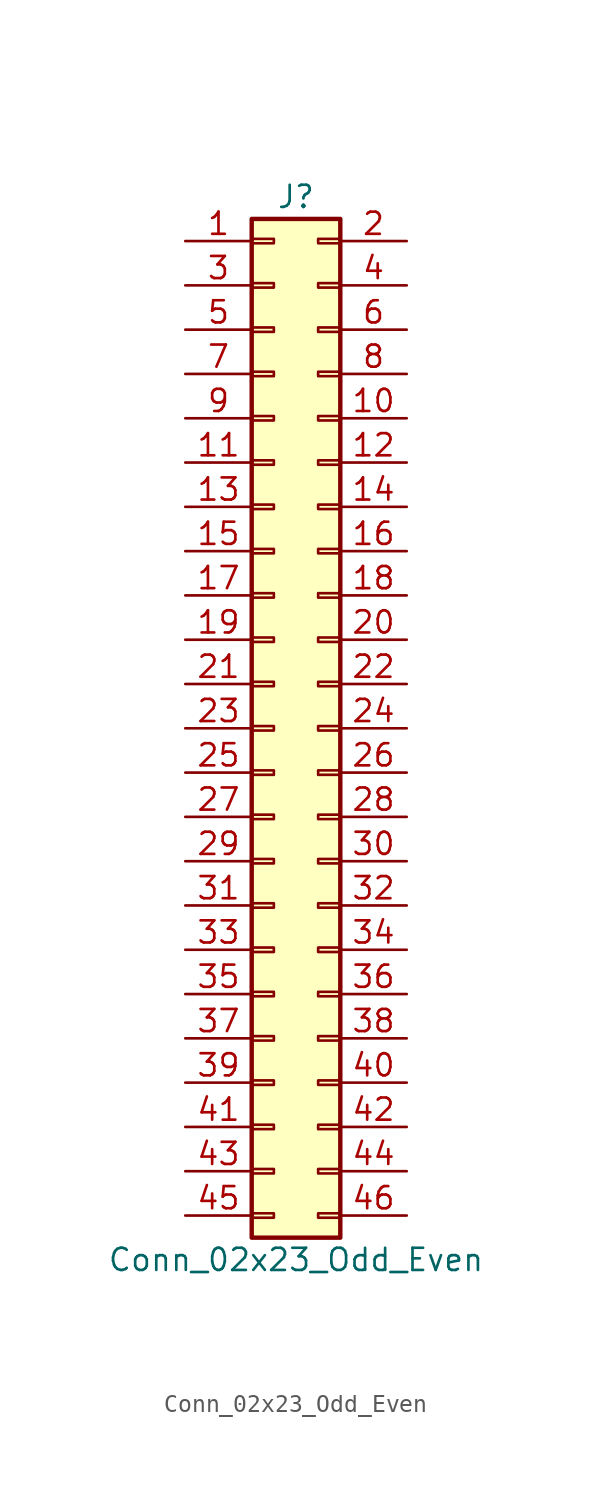
<source format=kicad_sym>
(kicad_symbol_lib
  (version 20220914)
  (generator kicad_symbol_editor)
  (symbol "Conn_02x23_Odd_Even"
    (pin_names
      (offset 1.016) hide)
    (property "Reference" "J"
      (at 1.27 30.48 0)
      (effects (font (size 1.27 1.27))))
    (property "Value" "Conn_02x23_Odd_Even"
      (at 1.27 -30.48 0)
      (effects (font (size 1.27 1.27))))
    (symbol "Conn_02x23_Odd_Even_1_1"
      (rectangle (start -1.27 -27.813) (end 0 -28.067) (stroke (width 0.152) (type solid)) (fill (type none)))
      (rectangle (start -1.27 -25.273) (end 0 -25.527) (stroke (width 0.152) (type solid)) (fill (type none)))
      (rectangle (start -1.27 -22.733) (end 0 -22.987) (stroke (width 0.152) (type solid)) (fill (type none)))
      (rectangle (start -1.27 -20.193) (end 0 -20.447) (stroke (width 0.152) (type solid)) (fill (type none)))
      (rectangle (start -1.27 -17.653) (end 0 -17.907) (stroke (width 0.152) (type solid)) (fill (type none)))
      (rectangle (start -1.27 -15.113) (end 0 -15.367) (stroke (width 0.152) (type solid)) (fill (type none)))
      (rectangle (start -1.27 -12.573) (end 0 -12.827) (stroke (width 0.152) (type solid)) (fill (type none)))
      (rectangle (start -1.27 -10.033) (end 0 -10.287) (stroke (width 0.152) (type solid)) (fill (type none)))
      (rectangle (start -1.27 -7.493) (end 0 -7.747) (stroke (width 0.152) (type solid)) (fill (type none)))
      (rectangle (start -1.27 -4.953) (end 0 -5.207) (stroke (width 0.152) (type solid)) (fill (type none)))
      (rectangle (start -1.27 -2.413) (end 0 -2.667) (stroke (width 0.152) (type solid)) (fill (type none)))
      (rectangle (start -1.27 0.127) (end 0 -0.127) (stroke (width 0.152) (type solid)) (fill (type none)))
      (rectangle (start -1.27 2.667) (end 0 2.413) (stroke (width 0.152) (type solid)) (fill (type none)))
      (rectangle (start -1.27 5.207) (end 0 4.953) (stroke (width 0.152) (type solid)) (fill (type none)))
      (rectangle (start -1.27 7.747) (end 0 7.493) (stroke (width 0.152) (type solid)) (fill (type none)))
      (rectangle (start -1.27 10.287) (end 0 10.033) (stroke (width 0.152) (type solid)) (fill (type none)))
      (rectangle (start -1.27 12.827) (end 0 12.573) (stroke (width 0.152) (type solid)) (fill (type none)))
      (rectangle (start -1.27 15.367) (end 0 15.113) (stroke (width 0.152) (type solid)) (fill (type none)))
      (rectangle (start -1.27 17.907) (end 0 17.653) (stroke (width 0.152) (type solid)) (fill (type none)))
      (rectangle (start -1.27 20.447) (end 0 20.193) (stroke (width 0.152) (type solid)) (fill (type none)))
      (rectangle (start -1.27 22.987) (end 0 22.733) (stroke (width 0.152) (type solid)) (fill (type none)))
      (rectangle (start -1.27 25.527) (end 0 25.273) (stroke (width 0.152) (type solid)) (fill (type none)))
      (rectangle (start -1.27 28.067) (end 0 27.813) (stroke (width 0.152) (type solid)) (fill (type none)))
      (rectangle (start -1.27 29.21) (end 3.81 -29.21) (stroke (width 0.254) (type solid)) (fill (type background)))
      (rectangle (start 3.81 -27.813) (end 2.54 -28.067) (stroke (width 0.152) (type solid)) (fill (type none)))
      (rectangle (start 3.81 -25.273) (end 2.54 -25.527) (stroke (width 0.152) (type solid)) (fill (type none)))
      (rectangle (start 3.81 -22.733) (end 2.54 -22.987) (stroke (width 0.152) (type solid)) (fill (type none)))
      (rectangle (start 3.81 -20.193) (end 2.54 -20.447) (stroke (width 0.152) (type solid)) (fill (type none)))
      (rectangle (start 3.81 -17.653) (end 2.54 -17.907) (stroke (width 0.152) (type solid)) (fill (type none)))
      (rectangle (start 3.81 -15.113) (end 2.54 -15.367) (stroke (width 0.152) (type solid)) (fill (type none)))
      (rectangle (start 3.81 -12.573) (end 2.54 -12.827) (stroke (width 0.152) (type solid)) (fill (type none)))
      (rectangle (start 3.81 -10.033) (end 2.54 -10.287) (stroke (width 0.152) (type solid)) (fill (type none)))
      (rectangle (start 3.81 -7.493) (end 2.54 -7.747) (stroke (width 0.152) (type solid)) (fill (type none)))
      (rectangle (start 3.81 -4.953) (end 2.54 -5.207) (stroke (width 0.152) (type solid)) (fill (type none)))
      (rectangle (start 3.81 -2.413) (end 2.54 -2.667) (stroke (width 0.152) (type solid)) (fill (type none)))
      (rectangle (start 3.81 0.127) (end 2.54 -0.127) (stroke (width 0.152) (type solid)) (fill (type none)))
      (rectangle (start 3.81 2.667) (end 2.54 2.413) (stroke (width 0.152) (type solid)) (fill (type none)))
      (rectangle (start 3.81 5.207) (end 2.54 4.953) (stroke (width 0.152) (type solid)) (fill (type none)))
      (rectangle (start 3.81 7.747) (end 2.54 7.493) (stroke (width 0.152) (type solid)) (fill (type none)))
      (rectangle (start 3.81 10.287) (end 2.54 10.033) (stroke (width 0.152) (type solid)) (fill (type none)))
      (rectangle (start 3.81 12.827) (end 2.54 12.573) (stroke (width 0.152) (type solid)) (fill (type none)))
      (rectangle (start 3.81 15.367) (end 2.54 15.113) (stroke (width 0.152) (type solid)) (fill (type none)))
      (rectangle (start 3.81 17.907) (end 2.54 17.653) (stroke (width 0.152) (type solid)) (fill (type none)))
      (rectangle (start 3.81 20.447) (end 2.54 20.193) (stroke (width 0.152) (type solid)) (fill (type none)))
      (rectangle (start 3.81 22.987) (end 2.54 22.733) (stroke (width 0.152) (type solid)) (fill (type none)))
      (rectangle (start 3.81 25.527) (end 2.54 25.273) (stroke (width 0.152) (type solid)) (fill (type none)))
      (rectangle (start 3.81 28.067) (end 2.54 27.813) (stroke (width 0.152) (type solid)) (fill (type none)))
      (pin passive line (at -5.08 27.94 0) (length 3.81) (name "Pin_1" (effects (font (size 1.27 1.27)))) (number "1" (effects (font (size 1.27 1.27)))))
      (pin passive line (at 7.62 17.78 180) (length 3.81) (name "Pin_10" (effects (font (size 1.27 1.27)))) (number "10" (effects (font (size 1.27 1.27)))))
      (pin passive line (at -5.08 15.24 0) (length 3.81) (name "Pin_11" (effects (font (size 1.27 1.27)))) (number "11" (effects (font (size 1.27 1.27)))))
      (pin passive line (at 7.62 15.24 180) (length 3.81) (name "Pin_12" (effects (font (size 1.27 1.27)))) (number "12" (effects (font (size 1.27 1.27)))))
      (pin passive line (at -5.08 12.7 0) (length 3.81) (name "Pin_13" (effects (font (size 1.27 1.27)))) (number "13" (effects (font (size 1.27 1.27)))))
      (pin passive line (at 7.62 12.7 180) (length 3.81) (name "Pin_14" (effects (font (size 1.27 1.27)))) (number "14" (effects (font (size 1.27 1.27)))))
      (pin passive line (at -5.08 10.16 0) (length 3.81) (name "Pin_15" (effects (font (size 1.27 1.27)))) (number "15" (effects (font (size 1.27 1.27)))))
      (pin passive line (at 7.62 10.16 180) (length 3.81) (name "Pin_16" (effects (font (size 1.27 1.27)))) (number "16" (effects (font (size 1.27 1.27)))))
      (pin passive line (at -5.08 7.62 0) (length 3.81) (name "Pin_17" (effects (font (size 1.27 1.27)))) (number "17" (effects (font (size 1.27 1.27)))))
      (pin passive line (at 7.62 7.62 180) (length 3.81) (name "Pin_18" (effects (font (size 1.27 1.27)))) (number "18" (effects (font (size 1.27 1.27)))))
      (pin passive line (at -5.08 5.08 0) (length 3.81) (name "Pin_19" (effects (font (size 1.27 1.27)))) (number "19" (effects (font (size 1.27 1.27)))))
      (pin passive line (at 7.62 27.94 180) (length 3.81) (name "Pin_2" (effects (font (size 1.27 1.27)))) (number "2" (effects (font (size 1.27 1.27)))))
      (pin passive line (at 7.62 5.08 180) (length 3.81) (name "Pin_20" (effects (font (size 1.27 1.27)))) (number "20" (effects (font (size 1.27 1.27)))))
      (pin passive line (at -5.08 2.54 0) (length 3.81) (name "Pin_21" (effects (font (size 1.27 1.27)))) (number "21" (effects (font (size 1.27 1.27)))))
      (pin passive line (at 7.62 2.54 180) (length 3.81) (name "Pin_22" (effects (font (size 1.27 1.27)))) (number "22" (effects (font (size 1.27 1.27)))))
      (pin passive line (at -5.08 0 0) (length 3.81) (name "Pin_23" (effects (font (size 1.27 1.27)))) (number "23" (effects (font (size 1.27 1.27)))))
      (pin passive line (at 7.62 0 180) (length 3.81) (name "Pin_24" (effects (font (size 1.27 1.27)))) (number "24" (effects (font (size 1.27 1.27)))))
      (pin passive line (at -5.08 -2.54 0) (length 3.81) (name "Pin_25" (effects (font (size 1.27 1.27)))) (number "25" (effects (font (size 1.27 1.27)))))
      (pin passive line (at 7.62 -2.54 180) (length 3.81) (name "Pin_26" (effects (font (size 1.27 1.27)))) (number "26" (effects (font (size 1.27 1.27)))))
      (pin passive line (at -5.08 -5.08 0) (length 3.81) (name "Pin_27" (effects (font (size 1.27 1.27)))) (number "27" (effects (font (size 1.27 1.27)))))
      (pin passive line (at 7.62 -5.08 180) (length 3.81) (name "Pin_28" (effects (font (size 1.27 1.27)))) (number "28" (effects (font (size 1.27 1.27)))))
      (pin passive line (at -5.08 -7.62 0) (length 3.81) (name "Pin_29" (effects (font (size 1.27 1.27)))) (number "29" (effects (font (size 1.27 1.27)))))
      (pin passive line (at -5.08 25.4 0) (length 3.81) (name "Pin_3" (effects (font (size 1.27 1.27)))) (number "3" (effects (font (size 1.27 1.27)))))
      (pin passive line (at 7.62 -7.62 180) (length 3.81) (name "Pin_30" (effects (font (size 1.27 1.27)))) (number "30" (effects (font (size 1.27 1.27)))))
      (pin passive line (at -5.08 -10.16 0) (length 3.81) (name "Pin_31" (effects (font (size 1.27 1.27)))) (number "31" (effects (font (size 1.27 1.27)))))
      (pin passive line (at 7.62 -10.16 180) (length 3.81) (name "Pin_32" (effects (font (size 1.27 1.27)))) (number "32" (effects (font (size 1.27 1.27)))))
      (pin passive line (at -5.08 -12.7 0) (length 3.81) (name "Pin_33" (effects (font (size 1.27 1.27)))) (number "33" (effects (font (size 1.27 1.27)))))
      (pin passive line (at 7.62 -12.7 180) (length 3.81) (name "Pin_34" (effects (font (size 1.27 1.27)))) (number "34" (effects (font (size 1.27 1.27)))))
      (pin passive line (at -5.08 -15.24 0) (length 3.81) (name "Pin_35" (effects (font (size 1.27 1.27)))) (number "35" (effects (font (size 1.27 1.27)))))
      (pin passive line (at 7.62 -15.24 180) (length 3.81) (name "Pin_36" (effects (font (size 1.27 1.27)))) (number "36" (effects (font (size 1.27 1.27)))))
      (pin passive line (at -5.08 -17.78 0) (length 3.81) (name "Pin_37" (effects (font (size 1.27 1.27)))) (number "37" (effects (font (size 1.27 1.27)))))
      (pin passive line (at 7.62 -17.78 180) (length 3.81) (name "Pin_38" (effects (font (size 1.27 1.27)))) (number "38" (effects (font (size 1.27 1.27)))))
      (pin passive line (at -5.08 -20.32 0) (length 3.81) (name "Pin_39" (effects (font (size 1.27 1.27)))) (number "39" (effects (font (size 1.27 1.27)))))
      (pin passive line (at 7.62 25.4 180) (length 3.81) (name "Pin_4" (effects (font (size 1.27 1.27)))) (number "4" (effects (font (size 1.27 1.27)))))
      (pin passive line (at 7.62 -20.32 180) (length 3.81) (name "Pin_40" (effects (font (size 1.27 1.27)))) (number "40" (effects (font (size 1.27 1.27)))))
      (pin passive line (at -5.08 -22.86 0) (length 3.81) (name "Pin_41" (effects (font (size 1.27 1.27)))) (number "41" (effects (font (size 1.27 1.27)))))
      (pin passive line (at 7.62 -22.86 180) (length 3.81) (name "Pin_42" (effects (font (size 1.27 1.27)))) (number "42" (effects (font (size 1.27 1.27)))))
      (pin passive line (at -5.08 -25.4 0) (length 3.81) (name "Pin_43" (effects (font (size 1.27 1.27)))) (number "43" (effects (font (size 1.27 1.27)))))
      (pin passive line (at 7.62 -25.4 180) (length 3.81) (name "Pin_44" (effects (font (size 1.27 1.27)))) (number "44" (effects (font (size 1.27 1.27)))))
      (pin passive line (at -5.08 -27.94 0) (length 3.81) (name "Pin_45" (effects (font (size 1.27 1.27)))) (number "45" (effects (font (size 1.27 1.27)))))
      (pin passive line (at 7.62 -27.94 180) (length 3.81) (name "Pin_46" (effects (font (size 1.27 1.27)))) (number "46" (effects (font (size 1.27 1.27)))))
      (pin passive line (at -5.08 22.86 0) (length 3.81) (name "Pin_5" (effects (font (size 1.27 1.27)))) (number "5" (effects (font (size 1.27 1.27)))))
      (pin passive line (at 7.62 22.86 180) (length 3.81) (name "Pin_6" (effects (font (size 1.27 1.27)))) (number "6" (effects (font (size 1.27 1.27)))))
      (pin passive line (at -5.08 20.32 0) (length 3.81) (name "Pin_7" (effects (font (size 1.27 1.27)))) (number "7" (effects (font (size 1.27 1.27)))))
      (pin passive line (at 7.62 20.32 180) (length 3.81) (name "Pin_8" (effects (font (size 1.27 1.27)))) (number "8" (effects (font (size 1.27 1.27)))))
      (pin passive line (at -5.08 17.78 0) (length 3.81) (name "Pin_9" (effects (font (size 1.27 1.27)))) (number "9" (effects (font (size 1.27 1.27))))))))
</source>
